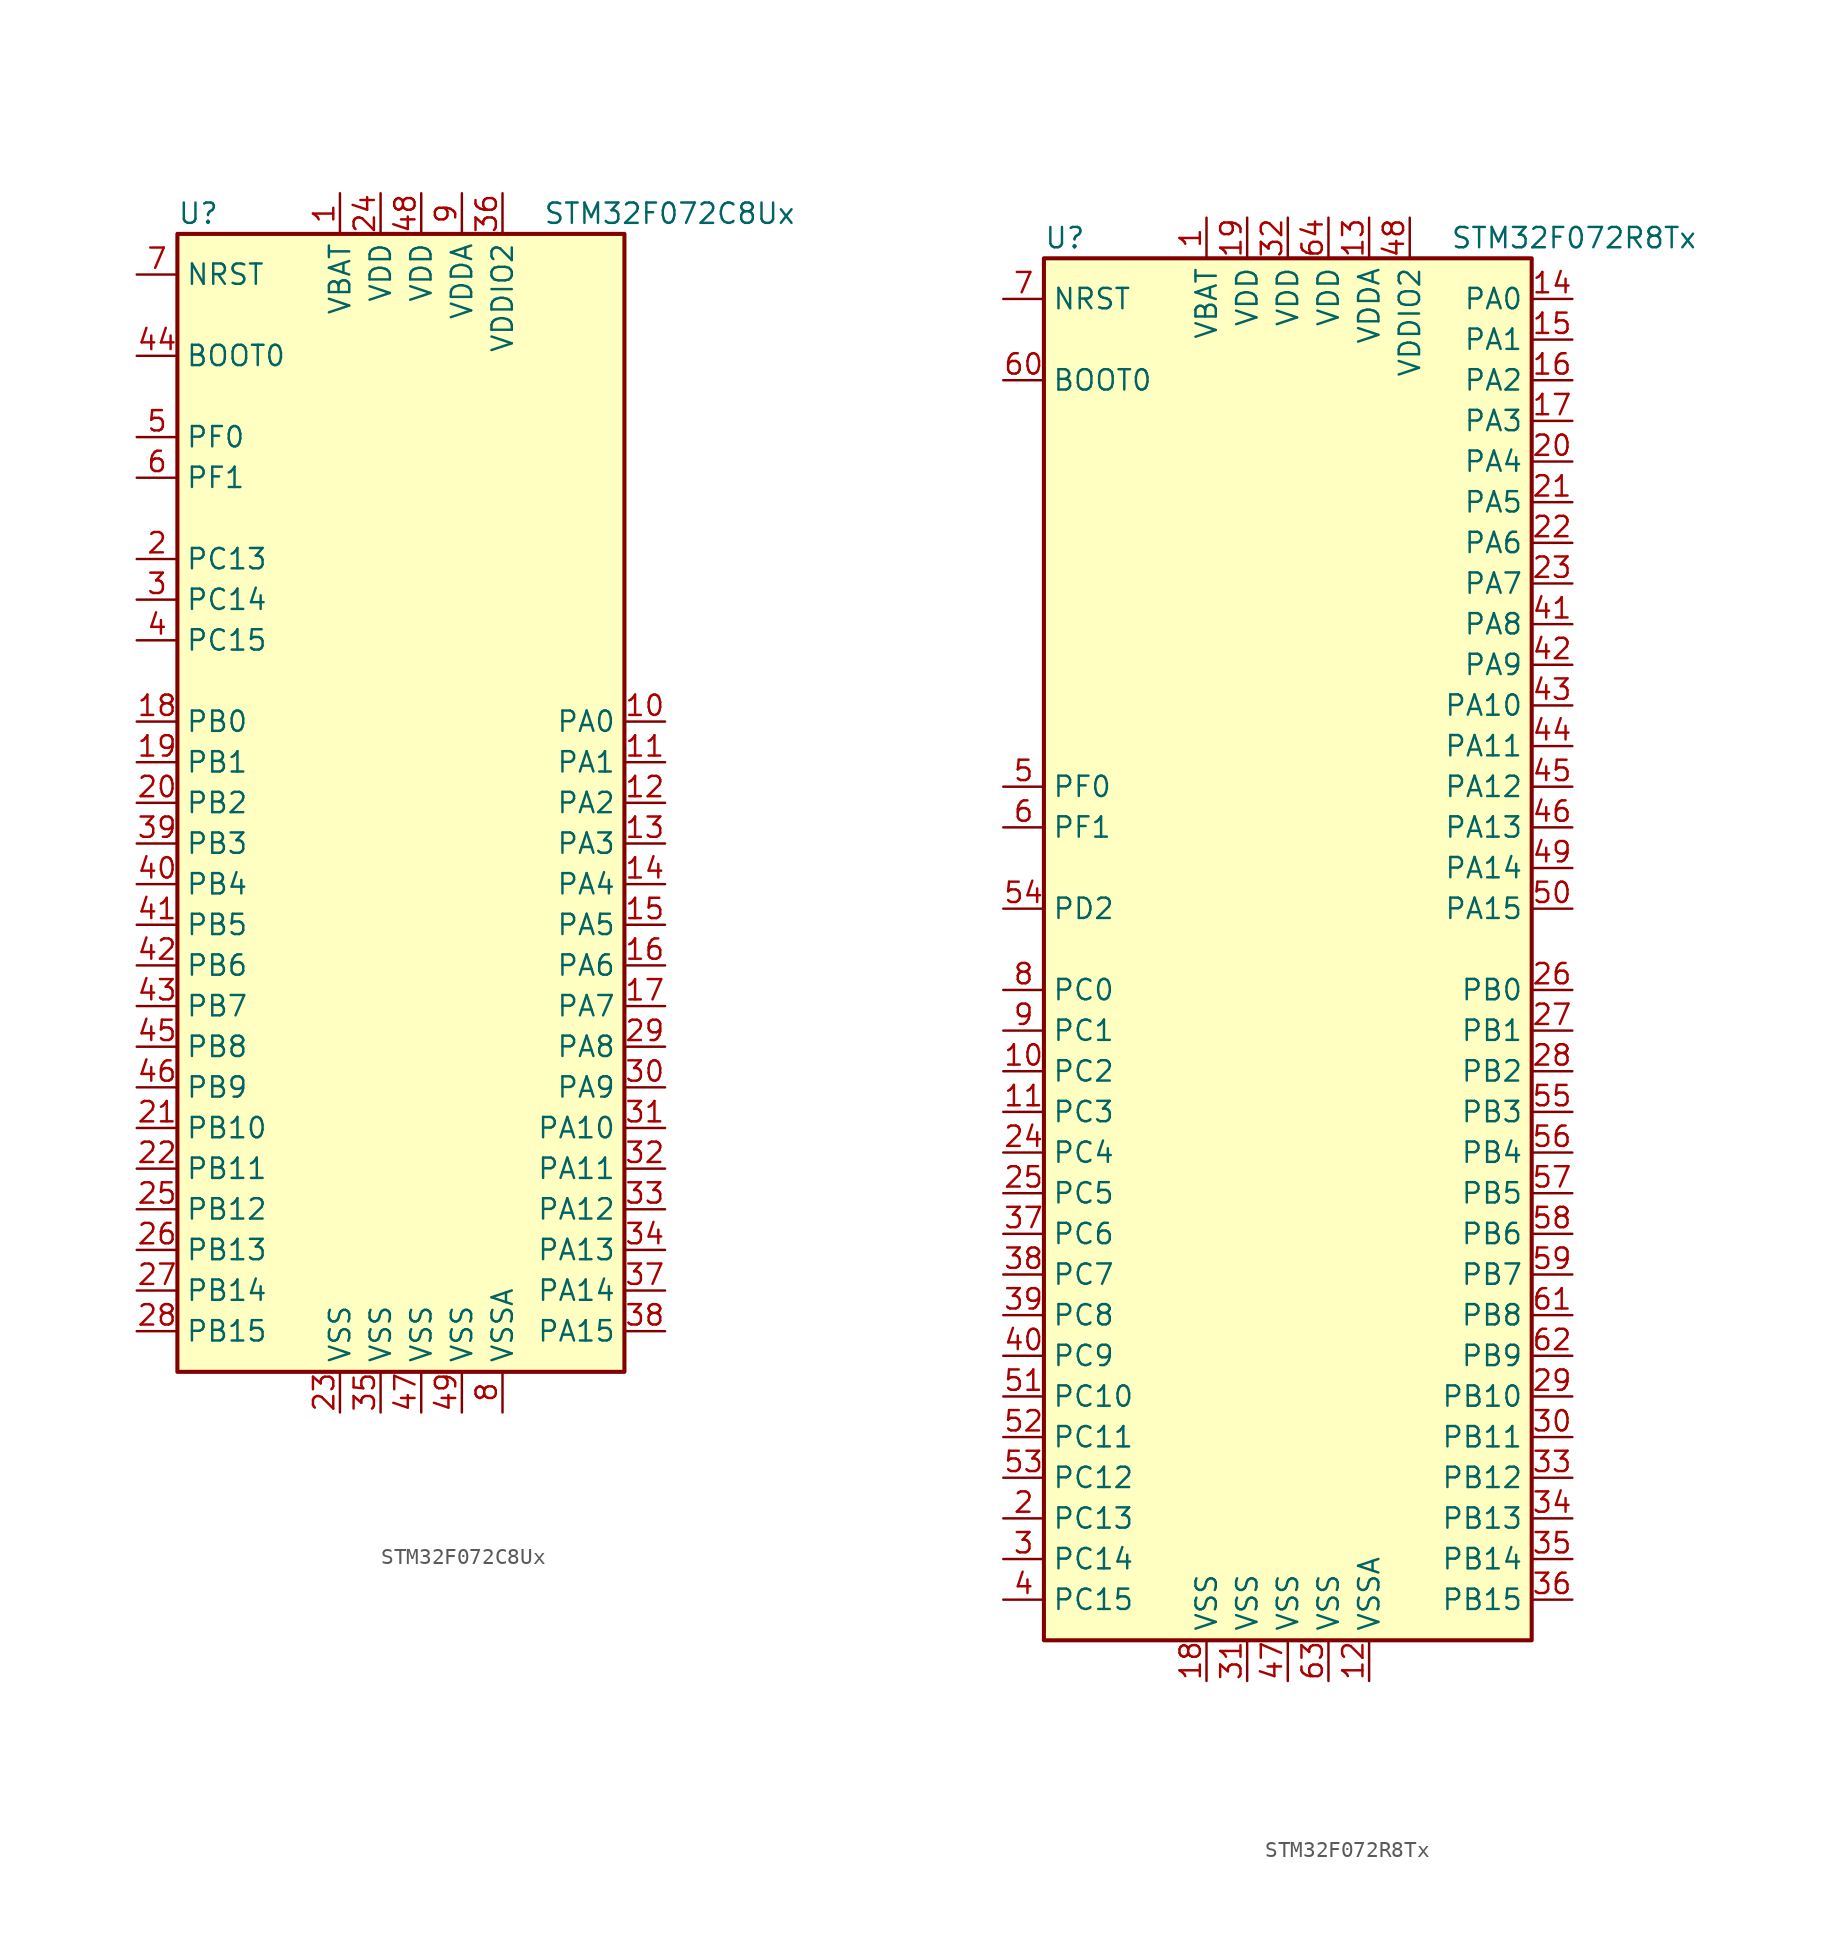
<source format=kicad_sym>
(kicad_symbol_lib
  (version 20211014)
  (generator kicad_symbol_editor)
  (symbol "STM32F072C8Ux"
    (property "Reference" "U"
      (at -15.24 36.83 0)
      (effects (font (size 1.27 1.27)) (justify left)))
    (property "Value" "STM32F072C8Ux"
      (at 7.62 36.83 0)
      (effects (font (size 1.27 1.27)) (justify left)))
    (symbol "STM32F072C8Ux_0_1"
      (rectangle (start -15.24 -35.56) (end 12.7 35.56) (stroke (width 0.254) (type default) (color 0 0 0 0)) (fill (type background))))
    (symbol "STM32F072C8Ux_1_1"
      (pin power_in line (at -5.08 38.1 270) (length 2.54) (name "VBAT" (effects (font (size 1.27 1.27)))) (number "1" (effects (font (size 1.27 1.27)))))
      (pin bidirectional line (at 15.24 5.08 180) (length 2.54) (name "PA0" (effects (font (size 1.27 1.27)))) (number "10" (effects (font (size 1.27 1.27)))))
      (pin bidirectional line (at 15.24 2.54 180) (length 2.54) (name "PA1" (effects (font (size 1.27 1.27)))) (number "11" (effects (font (size 1.27 1.27)))))
      (pin bidirectional line (at 15.24 0 180) (length 2.54) (name "PA2" (effects (font (size 1.27 1.27)))) (number "12" (effects (font (size 1.27 1.27)))))
      (pin bidirectional line (at 15.24 -2.54 180) (length 2.54) (name "PA3" (effects (font (size 1.27 1.27)))) (number "13" (effects (font (size 1.27 1.27)))))
      (pin bidirectional line (at 15.24 -5.08 180) (length 2.54) (name "PA4" (effects (font (size 1.27 1.27)))) (number "14" (effects (font (size 1.27 1.27)))))
      (pin bidirectional line (at 15.24 -7.62 180) (length 2.54) (name "PA5" (effects (font (size 1.27 1.27)))) (number "15" (effects (font (size 1.27 1.27)))))
      (pin bidirectional line (at 15.24 -10.16 180) (length 2.54) (name "PA6" (effects (font (size 1.27 1.27)))) (number "16" (effects (font (size 1.27 1.27)))))
      (pin bidirectional line (at 15.24 -12.7 180) (length 2.54) (name "PA7" (effects (font (size 1.27 1.27)))) (number "17" (effects (font (size 1.27 1.27)))))
      (pin bidirectional line (at -17.78 5.08 0) (length 2.54) (name "PB0" (effects (font (size 1.27 1.27)))) (number "18" (effects (font (size 1.27 1.27)))))
      (pin bidirectional line (at -17.78 2.54 0) (length 2.54) (name "PB1" (effects (font (size 1.27 1.27)))) (number "19" (effects (font (size 1.27 1.27)))))
      (pin bidirectional line (at -17.78 15.24 0) (length 2.54) (name "PC13" (effects (font (size 1.27 1.27)))) (number "2" (effects (font (size 1.27 1.27)))))
      (pin bidirectional line (at -17.78 0 0) (length 2.54) (name "PB2" (effects (font (size 1.27 1.27)))) (number "20" (effects (font (size 1.27 1.27)))))
      (pin bidirectional line (at -17.78 -20.32 0) (length 2.54) (name "PB10" (effects (font (size 1.27 1.27)))) (number "21" (effects (font (size 1.27 1.27)))))
      (pin bidirectional line (at -17.78 -22.86 0) (length 2.54) (name "PB11" (effects (font (size 1.27 1.27)))) (number "22" (effects (font (size 1.27 1.27)))))
      (pin power_in line (at -5.08 -38.1 90) (length 2.54) (name "VSS" (effects (font (size 1.27 1.27)))) (number "23" (effects (font (size 1.27 1.27)))))
      (pin power_in line (at -2.54 38.1 270) (length 2.54) (name "VDD" (effects (font (size 1.27 1.27)))) (number "24" (effects (font (size 1.27 1.27)))))
      (pin bidirectional line (at -17.78 -25.4 0) (length 2.54) (name "PB12" (effects (font (size 1.27 1.27)))) (number "25" (effects (font (size 1.27 1.27)))))
      (pin bidirectional line (at -17.78 -27.94 0) (length 2.54) (name "PB13" (effects (font (size 1.27 1.27)))) (number "26" (effects (font (size 1.27 1.27)))))
      (pin bidirectional line (at -17.78 -30.48 0) (length 2.54) (name "PB14" (effects (font (size 1.27 1.27)))) (number "27" (effects (font (size 1.27 1.27)))))
      (pin bidirectional line (at -17.78 -33.02 0) (length 2.54) (name "PB15" (effects (font (size 1.27 1.27)))) (number "28" (effects (font (size 1.27 1.27)))))
      (pin bidirectional line (at 15.24 -15.24 180) (length 2.54) (name "PA8" (effects (font (size 1.27 1.27)))) (number "29" (effects (font (size 1.27 1.27)))))
      (pin bidirectional line (at -17.78 12.7 0) (length 2.54) (name "PC14" (effects (font (size 1.27 1.27)))) (number "3" (effects (font (size 1.27 1.27)))))
      (pin bidirectional line (at 15.24 -17.78 180) (length 2.54) (name "PA9" (effects (font (size 1.27 1.27)))) (number "30" (effects (font (size 1.27 1.27)))))
      (pin bidirectional line (at 15.24 -20.32 180) (length 2.54) (name "PA10" (effects (font (size 1.27 1.27)))) (number "31" (effects (font (size 1.27 1.27)))))
      (pin bidirectional line (at 15.24 -22.86 180) (length 2.54) (name "PA11" (effects (font (size 1.27 1.27)))) (number "32" (effects (font (size 1.27 1.27)))))
      (pin bidirectional line (at 15.24 -25.4 180) (length 2.54) (name "PA12" (effects (font (size 1.27 1.27)))) (number "33" (effects (font (size 1.27 1.27)))))
      (pin bidirectional line (at 15.24 -27.94 180) (length 2.54) (name "PA13" (effects (font (size 1.27 1.27)))) (number "34" (effects (font (size 1.27 1.27)))))
      (pin power_in line (at -2.54 -38.1 90) (length 2.54) (name "VSS" (effects (font (size 1.27 1.27)))) (number "35" (effects (font (size 1.27 1.27)))))
      (pin power_in line (at 5.08 38.1 270) (length 2.54) (name "VDDIO2" (effects (font (size 1.27 1.27)))) (number "36" (effects (font (size 1.27 1.27)))))
      (pin bidirectional line (at 15.24 -30.48 180) (length 2.54) (name "PA14" (effects (font (size 1.27 1.27)))) (number "37" (effects (font (size 1.27 1.27)))))
      (pin bidirectional line (at 15.24 -33.02 180) (length 2.54) (name "PA15" (effects (font (size 1.27 1.27)))) (number "38" (effects (font (size 1.27 1.27)))))
      (pin bidirectional line (at -17.78 -2.54 0) (length 2.54) (name "PB3" (effects (font (size 1.27 1.27)))) (number "39" (effects (font (size 1.27 1.27)))))
      (pin bidirectional line (at -17.78 10.16 0) (length 2.54) (name "PC15" (effects (font (size 1.27 1.27)))) (number "4" (effects (font (size 1.27 1.27)))))
      (pin bidirectional line (at -17.78 -5.08 0) (length 2.54) (name "PB4" (effects (font (size 1.27 1.27)))) (number "40" (effects (font (size 1.27 1.27)))))
      (pin bidirectional line (at -17.78 -7.62 0) (length 2.54) (name "PB5" (effects (font (size 1.27 1.27)))) (number "41" (effects (font (size 1.27 1.27)))))
      (pin bidirectional line (at -17.78 -10.16 0) (length 2.54) (name "PB6" (effects (font (size 1.27 1.27)))) (number "42" (effects (font (size 1.27 1.27)))))
      (pin bidirectional line (at -17.78 -12.7 0) (length 2.54) (name "PB7" (effects (font (size 1.27 1.27)))) (number "43" (effects (font (size 1.27 1.27)))))
      (pin input line (at -17.78 27.94 0) (length 2.54) (name "BOOT0" (effects (font (size 1.27 1.27)))) (number "44" (effects (font (size 1.27 1.27)))))
      (pin bidirectional line (at -17.78 -15.24 0) (length 2.54) (name "PB8" (effects (font (size 1.27 1.27)))) (number "45" (effects (font (size 1.27 1.27)))))
      (pin bidirectional line (at -17.78 -17.78 0) (length 2.54) (name "PB9" (effects (font (size 1.27 1.27)))) (number "46" (effects (font (size 1.27 1.27)))))
      (pin power_in line (at 0 -38.1 90) (length 2.54) (name "VSS" (effects (font (size 1.27 1.27)))) (number "47" (effects (font (size 1.27 1.27)))))
      (pin power_in line (at 0 38.1 270) (length 2.54) (name "VDD" (effects (font (size 1.27 1.27)))) (number "48" (effects (font (size 1.27 1.27)))))
      (pin power_in line (at 2.54 -38.1 90) (length 2.54) (name "VSS" (effects (font (size 1.27 1.27)))) (number "49" (effects (font (size 1.27 1.27)))))
      (pin input line (at -17.78 22.86 0) (length 2.54) (name "PF0" (effects (font (size 1.27 1.27)))) (number "5" (effects (font (size 1.27 1.27)))))
      (pin input line (at -17.78 20.32 0) (length 2.54) (name "PF1" (effects (font (size 1.27 1.27)))) (number "6" (effects (font (size 1.27 1.27)))))
      (pin input line (at -17.78 33.02 0) (length 2.54) (name "NRST" (effects (font (size 1.27 1.27)))) (number "7" (effects (font (size 1.27 1.27)))))
      (pin power_in line (at 5.08 -38.1 90) (length 2.54) (name "VSSA" (effects (font (size 1.27 1.27)))) (number "8" (effects (font (size 1.27 1.27)))))
      (pin power_in line (at 2.54 38.1 270) (length 2.54) (name "VDDA" (effects (font (size 1.27 1.27)))) (number "9" (effects (font (size 1.27 1.27)))))))
  (symbol "STM32F072R8Tx"
    (property "Reference" "U"
      (at -15.24 44.45 0)
      (effects (font (size 1.27 1.27)) (justify left)))
    (property "Value" "STM32F072R8Tx"
      (at 10.16 44.45 0)
      (effects (font (size 1.27 1.27)) (justify left)))
    (symbol "STM32F072R8Tx_0_1"
      (rectangle (start -15.24 -43.18) (end 15.24 43.18) (stroke (width 0.254) (type default) (color 0 0 0 0)) (fill (type background))))
    (symbol "STM32F072R8Tx_1_1"
      (pin power_in line (at -5.08 45.72 270) (length 2.54) (name "VBAT" (effects (font (size 1.27 1.27)))) (number "1" (effects (font (size 1.27 1.27)))))
      (pin bidirectional line (at -17.78 -7.62 0) (length 2.54) (name "PC2" (effects (font (size 1.27 1.27)))) (number "10" (effects (font (size 1.27 1.27)))))
      (pin bidirectional line (at -17.78 -10.16 0) (length 2.54) (name "PC3" (effects (font (size 1.27 1.27)))) (number "11" (effects (font (size 1.27 1.27)))))
      (pin power_in line (at 5.08 -45.72 90) (length 2.54) (name "VSSA" (effects (font (size 1.27 1.27)))) (number "12" (effects (font (size 1.27 1.27)))))
      (pin power_in line (at 5.08 45.72 270) (length 2.54) (name "VDDA" (effects (font (size 1.27 1.27)))) (number "13" (effects (font (size 1.27 1.27)))))
      (pin bidirectional line (at 17.78 40.64 180) (length 2.54) (name "PA0" (effects (font (size 1.27 1.27)))) (number "14" (effects (font (size 1.27 1.27)))))
      (pin bidirectional line (at 17.78 38.1 180) (length 2.54) (name "PA1" (effects (font (size 1.27 1.27)))) (number "15" (effects (font (size 1.27 1.27)))))
      (pin bidirectional line (at 17.78 35.56 180) (length 2.54) (name "PA2" (effects (font (size 1.27 1.27)))) (number "16" (effects (font (size 1.27 1.27)))))
      (pin bidirectional line (at 17.78 33.02 180) (length 2.54) (name "PA3" (effects (font (size 1.27 1.27)))) (number "17" (effects (font (size 1.27 1.27)))))
      (pin power_in line (at -5.08 -45.72 90) (length 2.54) (name "VSS" (effects (font (size 1.27 1.27)))) (number "18" (effects (font (size 1.27 1.27)))))
      (pin power_in line (at -2.54 45.72 270) (length 2.54) (name "VDD" (effects (font (size 1.27 1.27)))) (number "19" (effects (font (size 1.27 1.27)))))
      (pin bidirectional line (at -17.78 -35.56 0) (length 2.54) (name "PC13" (effects (font (size 1.27 1.27)))) (number "2" (effects (font (size 1.27 1.27)))))
      (pin bidirectional line (at 17.78 30.48 180) (length 2.54) (name "PA4" (effects (font (size 1.27 1.27)))) (number "20" (effects (font (size 1.27 1.27)))))
      (pin bidirectional line (at 17.78 27.94 180) (length 2.54) (name "PA5" (effects (font (size 1.27 1.27)))) (number "21" (effects (font (size 1.27 1.27)))))
      (pin bidirectional line (at 17.78 25.4 180) (length 2.54) (name "PA6" (effects (font (size 1.27 1.27)))) (number "22" (effects (font (size 1.27 1.27)))))
      (pin bidirectional line (at 17.78 22.86 180) (length 2.54) (name "PA7" (effects (font (size 1.27 1.27)))) (number "23" (effects (font (size 1.27 1.27)))))
      (pin bidirectional line (at -17.78 -12.7 0) (length 2.54) (name "PC4" (effects (font (size 1.27 1.27)))) (number "24" (effects (font (size 1.27 1.27)))))
      (pin bidirectional line (at -17.78 -15.24 0) (length 2.54) (name "PC5" (effects (font (size 1.27 1.27)))) (number "25" (effects (font (size 1.27 1.27)))))
      (pin bidirectional line (at 17.78 -2.54 180) (length 2.54) (name "PB0" (effects (font (size 1.27 1.27)))) (number "26" (effects (font (size 1.27 1.27)))))
      (pin bidirectional line (at 17.78 -5.08 180) (length 2.54) (name "PB1" (effects (font (size 1.27 1.27)))) (number "27" (effects (font (size 1.27 1.27)))))
      (pin bidirectional line (at 17.78 -7.62 180) (length 2.54) (name "PB2" (effects (font (size 1.27 1.27)))) (number "28" (effects (font (size 1.27 1.27)))))
      (pin bidirectional line (at 17.78 -27.94 180) (length 2.54) (name "PB10" (effects (font (size 1.27 1.27)))) (number "29" (effects (font (size 1.27 1.27)))))
      (pin bidirectional line (at -17.78 -38.1 0) (length 2.54) (name "PC14" (effects (font (size 1.27 1.27)))) (number "3" (effects (font (size 1.27 1.27)))))
      (pin bidirectional line (at 17.78 -30.48 180) (length 2.54) (name "PB11" (effects (font (size 1.27 1.27)))) (number "30" (effects (font (size 1.27 1.27)))))
      (pin power_in line (at -2.54 -45.72 90) (length 2.54) (name "VSS" (effects (font (size 1.27 1.27)))) (number "31" (effects (font (size 1.27 1.27)))))
      (pin power_in line (at 0 45.72 270) (length 2.54) (name "VDD" (effects (font (size 1.27 1.27)))) (number "32" (effects (font (size 1.27 1.27)))))
      (pin bidirectional line (at 17.78 -33.02 180) (length 2.54) (name "PB12" (effects (font (size 1.27 1.27)))) (number "33" (effects (font (size 1.27 1.27)))))
      (pin bidirectional line (at 17.78 -35.56 180) (length 2.54) (name "PB13" (effects (font (size 1.27 1.27)))) (number "34" (effects (font (size 1.27 1.27)))))
      (pin bidirectional line (at 17.78 -38.1 180) (length 2.54) (name "PB14" (effects (font (size 1.27 1.27)))) (number "35" (effects (font (size 1.27 1.27)))))
      (pin bidirectional line (at 17.78 -40.64 180) (length 2.54) (name "PB15" (effects (font (size 1.27 1.27)))) (number "36" (effects (font (size 1.27 1.27)))))
      (pin bidirectional line (at -17.78 -17.78 0) (length 2.54) (name "PC6" (effects (font (size 1.27 1.27)))) (number "37" (effects (font (size 1.27 1.27)))))
      (pin bidirectional line (at -17.78 -20.32 0) (length 2.54) (name "PC7" (effects (font (size 1.27 1.27)))) (number "38" (effects (font (size 1.27 1.27)))))
      (pin bidirectional line (at -17.78 -22.86 0) (length 2.54) (name "PC8" (effects (font (size 1.27 1.27)))) (number "39" (effects (font (size 1.27 1.27)))))
      (pin bidirectional line (at -17.78 -40.64 0) (length 2.54) (name "PC15" (effects (font (size 1.27 1.27)))) (number "4" (effects (font (size 1.27 1.27)))))
      (pin bidirectional line (at -17.78 -25.4 0) (length 2.54) (name "PC9" (effects (font (size 1.27 1.27)))) (number "40" (effects (font (size 1.27 1.27)))))
      (pin bidirectional line (at 17.78 20.32 180) (length 2.54) (name "PA8" (effects (font (size 1.27 1.27)))) (number "41" (effects (font (size 1.27 1.27)))))
      (pin bidirectional line (at 17.78 17.78 180) (length 2.54) (name "PA9" (effects (font (size 1.27 1.27)))) (number "42" (effects (font (size 1.27 1.27)))))
      (pin bidirectional line (at 17.78 15.24 180) (length 2.54) (name "PA10" (effects (font (size 1.27 1.27)))) (number "43" (effects (font (size 1.27 1.27)))))
      (pin bidirectional line (at 17.78 12.7 180) (length 2.54) (name "PA11" (effects (font (size 1.27 1.27)))) (number "44" (effects (font (size 1.27 1.27)))))
      (pin bidirectional line (at 17.78 10.16 180) (length 2.54) (name "PA12" (effects (font (size 1.27 1.27)))) (number "45" (effects (font (size 1.27 1.27)))))
      (pin bidirectional line (at 17.78 7.62 180) (length 2.54) (name "PA13" (effects (font (size 1.27 1.27)))) (number "46" (effects (font (size 1.27 1.27)))))
      (pin power_in line (at 0 -45.72 90) (length 2.54) (name "VSS" (effects (font (size 1.27 1.27)))) (number "47" (effects (font (size 1.27 1.27)))))
      (pin power_in line (at 7.62 45.72 270) (length 2.54) (name "VDDIO2" (effects (font (size 1.27 1.27)))) (number "48" (effects (font (size 1.27 1.27)))))
      (pin bidirectional line (at 17.78 5.08 180) (length 2.54) (name "PA14" (effects (font (size 1.27 1.27)))) (number "49" (effects (font (size 1.27 1.27)))))
      (pin input line (at -17.78 10.16 0) (length 2.54) (name "PF0" (effects (font (size 1.27 1.27)))) (number "5" (effects (font (size 1.27 1.27)))))
      (pin bidirectional line (at 17.78 2.54 180) (length 2.54) (name "PA15" (effects (font (size 1.27 1.27)))) (number "50" (effects (font (size 1.27 1.27)))))
      (pin bidirectional line (at -17.78 -27.94 0) (length 2.54) (name "PC10" (effects (font (size 1.27 1.27)))) (number "51" (effects (font (size 1.27 1.27)))))
      (pin bidirectional line (at -17.78 -30.48 0) (length 2.54) (name "PC11" (effects (font (size 1.27 1.27)))) (number "52" (effects (font (size 1.27 1.27)))))
      (pin bidirectional line (at -17.78 -33.02 0) (length 2.54) (name "PC12" (effects (font (size 1.27 1.27)))) (number "53" (effects (font (size 1.27 1.27)))))
      (pin bidirectional line (at -17.78 2.54 0) (length 2.54) (name "PD2" (effects (font (size 1.27 1.27)))) (number "54" (effects (font (size 1.27 1.27)))))
      (pin bidirectional line (at 17.78 -10.16 180) (length 2.54) (name "PB3" (effects (font (size 1.27 1.27)))) (number "55" (effects (font (size 1.27 1.27)))))
      (pin bidirectional line (at 17.78 -12.7 180) (length 2.54) (name "PB4" (effects (font (size 1.27 1.27)))) (number "56" (effects (font (size 1.27 1.27)))))
      (pin bidirectional line (at 17.78 -15.24 180) (length 2.54) (name "PB5" (effects (font (size 1.27 1.27)))) (number "57" (effects (font (size 1.27 1.27)))))
      (pin bidirectional line (at 17.78 -17.78 180) (length 2.54) (name "PB6" (effects (font (size 1.27 1.27)))) (number "58" (effects (font (size 1.27 1.27)))))
      (pin bidirectional line (at 17.78 -20.32 180) (length 2.54) (name "PB7" (effects (font (size 1.27 1.27)))) (number "59" (effects (font (size 1.27 1.27)))))
      (pin input line (at -17.78 7.62 0) (length 2.54) (name "PF1" (effects (font (size 1.27 1.27)))) (number "6" (effects (font (size 1.27 1.27)))))
      (pin input line (at -17.78 35.56 0) (length 2.54) (name "BOOT0" (effects (font (size 1.27 1.27)))) (number "60" (effects (font (size 1.27 1.27)))))
      (pin bidirectional line (at 17.78 -22.86 180) (length 2.54) (name "PB8" (effects (font (size 1.27 1.27)))) (number "61" (effects (font (size 1.27 1.27)))))
      (pin bidirectional line (at 17.78 -25.4 180) (length 2.54) (name "PB9" (effects (font (size 1.27 1.27)))) (number "62" (effects (font (size 1.27 1.27)))))
      (pin power_in line (at 2.54 -45.72 90) (length 2.54) (name "VSS" (effects (font (size 1.27 1.27)))) (number "63" (effects (font (size 1.27 1.27)))))
      (pin power_in line (at 2.54 45.72 270) (length 2.54) (name "VDD" (effects (font (size 1.27 1.27)))) (number "64" (effects (font (size 1.27 1.27)))))
      (pin input line (at -17.78 40.64 0) (length 2.54) (name "NRST" (effects (font (size 1.27 1.27)))) (number "7" (effects (font (size 1.27 1.27)))))
      (pin bidirectional line (at -17.78 -2.54 0) (length 2.54) (name "PC0" (effects (font (size 1.27 1.27)))) (number "8" (effects (font (size 1.27 1.27)))))
      (pin bidirectional line (at -17.78 -5.08 0) (length 2.54) (name "PC1" (effects (font (size 1.27 1.27)))) (number "9" (effects (font (size 1.27 1.27))))))))
</source>
